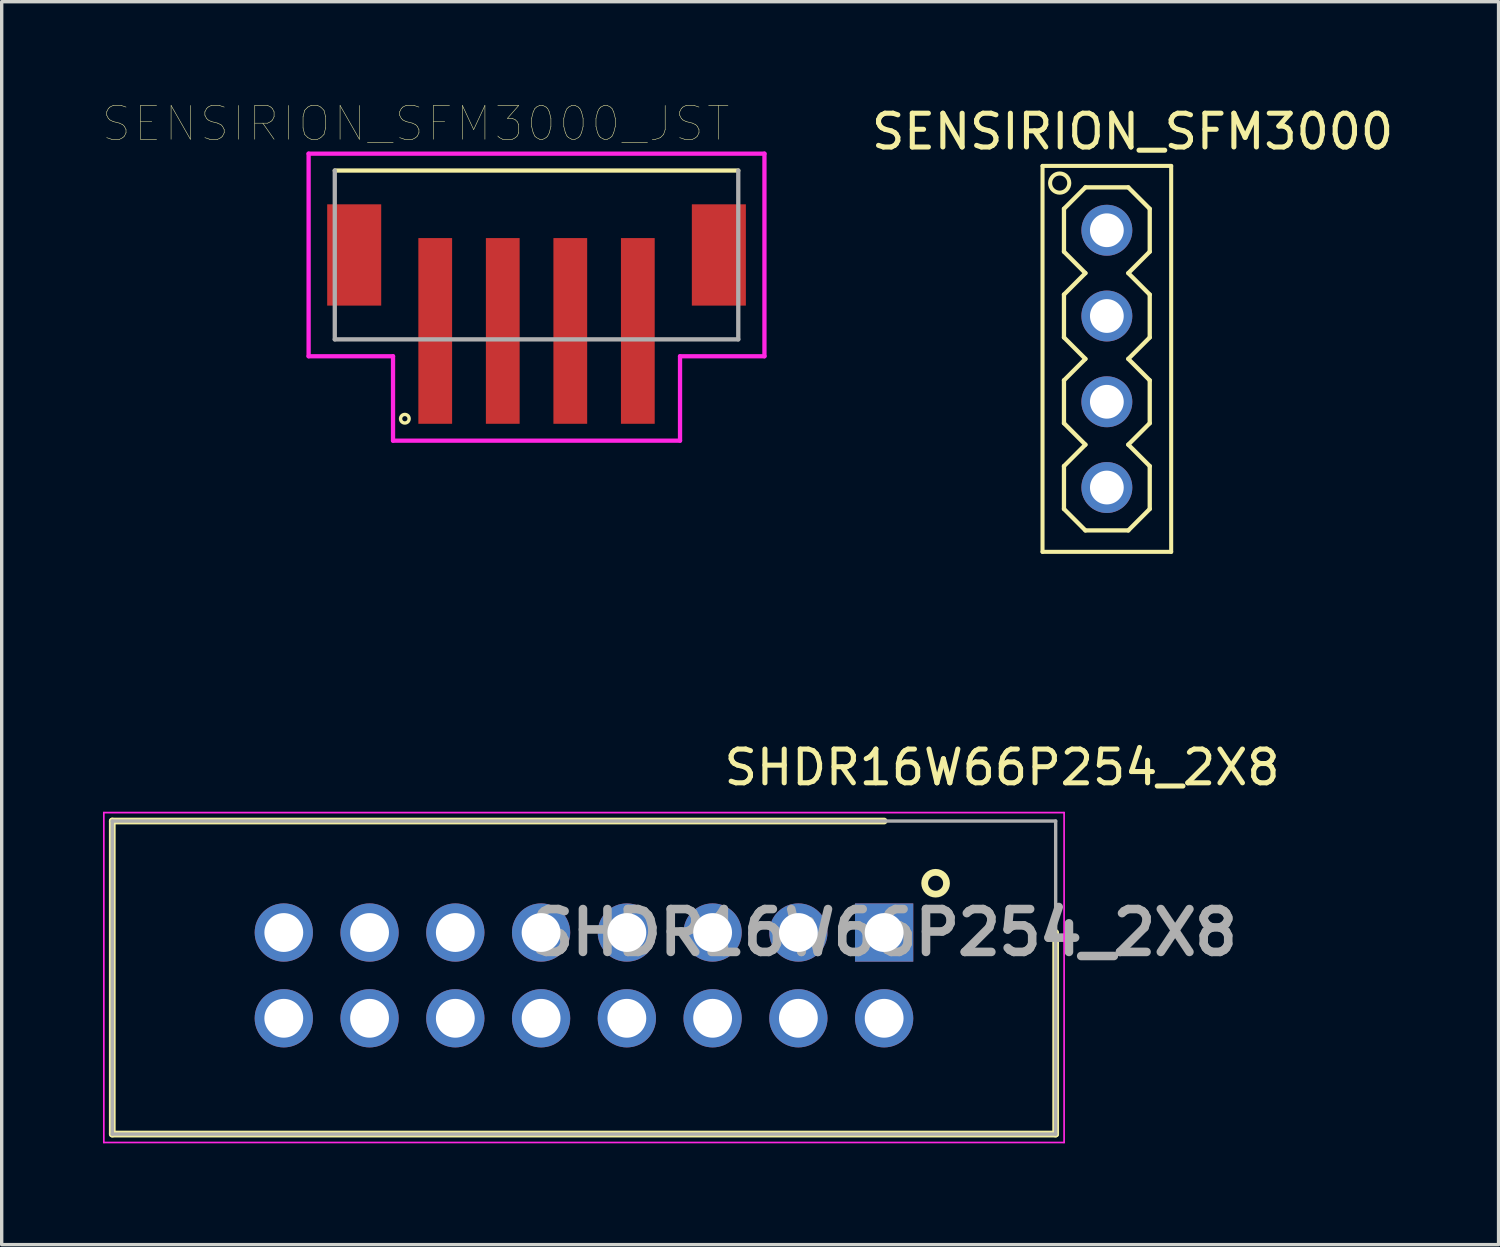
<source format=kicad_pcb>
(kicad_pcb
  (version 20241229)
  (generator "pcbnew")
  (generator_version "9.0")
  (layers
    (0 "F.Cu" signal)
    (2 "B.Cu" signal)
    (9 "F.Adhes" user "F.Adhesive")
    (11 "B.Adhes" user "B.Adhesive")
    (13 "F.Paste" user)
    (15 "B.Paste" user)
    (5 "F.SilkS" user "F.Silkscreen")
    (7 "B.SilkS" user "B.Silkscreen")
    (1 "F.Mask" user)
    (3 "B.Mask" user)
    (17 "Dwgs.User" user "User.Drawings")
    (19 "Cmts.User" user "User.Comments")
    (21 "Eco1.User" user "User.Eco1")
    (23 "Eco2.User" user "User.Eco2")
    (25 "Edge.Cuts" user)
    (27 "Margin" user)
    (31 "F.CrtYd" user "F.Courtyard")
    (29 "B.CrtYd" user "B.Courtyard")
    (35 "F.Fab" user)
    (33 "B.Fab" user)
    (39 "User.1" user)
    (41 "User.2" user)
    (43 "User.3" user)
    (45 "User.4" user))
  (footprint "SENSIRION_SFM3000"
    (layer "F.Cu")
    (at 31.001 15.58)
    (property "Reference" "SENSIRION_SFM3000" (at -0.508 -14.732 0) (layer "F.SilkS") (effects (font (size 1 1) (thickness 0.15))))
    (attr through_hole)
    (fp_line (start -3.175 -13.716) (end 0.635 -13.716) (stroke (width 0.12) (type solid)) (layer "F.SilkS"))
    (fp_line (start -3.175 -2.286) (end -3.175 -13.716) (stroke (width 0.12) (type solid)) (layer "F.SilkS"))
    (fp_line (start -2.54 -12.446) (end -2.54 -11.176) (stroke (width 0.127) (type solid)) (layer "F.SilkS"))
    (fp_line (start -2.54 -12.446) (end -1.905 -13.081) (stroke (width 0.127) (type solid)) (layer "F.SilkS"))
    (fp_line (start -2.54 -11.176) (end -1.905 -10.541) (stroke (width 0.127) (type solid)) (layer "F.SilkS"))
    (fp_line (start -2.54 -9.906) (end -2.54 -8.636) (stroke (width 0.127) (type solid)) (layer "F.SilkS"))
    (fp_line (start -2.54 -8.636) (end -1.905 -8.001) (stroke (width 0.127) (type solid)) (layer "F.SilkS"))
    (fp_line (start -2.54 -7.366) (end -2.54 -6.096) (stroke (width 0.127) (type solid)) (layer "F.SilkS"))
    (fp_line (start -2.54 -6.096) (end -1.905 -5.461) (stroke (width 0.127) (type solid)) (layer "F.SilkS"))
    (fp_line (start -2.54 -4.826) (end -2.54 -3.556) (stroke (width 0.127) (type solid)) (layer "F.SilkS"))
    (fp_line (start -2.54 -4.826) (end -1.905 -5.461) (stroke (width 0.127) (type solid)) (layer "F.SilkS"))
    (fp_line (start -2.54 -3.556) (end -1.905 -2.921) (stroke (width 0.127) (type solid)) (layer "F.SilkS"))
    (fp_line (start -1.905 -13.081) (end -0.635 -13.081) (stroke (width 0.127) (type solid)) (layer "F.SilkS"))
    (fp_line (start -1.905 -10.541) (end -2.54 -9.906) (stroke (width 0.127) (type solid)) (layer "F.SilkS"))
    (fp_line (start -1.905 -8.001) (end -2.54 -7.366) (stroke (width 0.127) (type solid)) (layer "F.SilkS"))
    (fp_line (start -1.905 -2.921) (end -0.635 -2.921) (stroke (width 0.127) (type solid)) (layer "F.SilkS"))
    (fp_line (start -0.635 -13.081) (end 0 -12.446) (stroke (width 0.127) (type solid)) (layer "F.SilkS"))
    (fp_line (start -0.635 -10.541) (end 0 -11.176) (stroke (width 0.127) (type solid)) (layer "F.SilkS"))
    (fp_line (start -0.635 -8.001) (end 0 -8.636) (stroke (width 0.127) (type solid)) (layer "F.SilkS"))
    (fp_line (start -0.635 -5.461) (end 0 -6.096) (stroke (width 0.127) (type solid)) (layer "F.SilkS"))
    (fp_line (start -0.635 -5.461) (end 0 -4.826) (stroke (width 0.127) (type solid)) (layer "F.SilkS"))
    (fp_line (start -0.635 -2.921) (end 0 -3.556) (stroke (width 0.127) (type solid)) (layer "F.SilkS"))
    (fp_line (start 0 -11.176) (end 0 -12.446) (stroke (width 0.127) (type solid)) (layer "F.SilkS"))
    (fp_line (start 0 -9.906) (end -0.635 -10.541) (stroke (width 0.127) (type solid)) (layer "F.SilkS"))
    (fp_line (start 0 -8.636) (end 0 -9.906) (stroke (width 0.127) (type solid)) (layer "F.SilkS"))
    (fp_line (start 0 -7.366) (end -0.635 -8.001) (stroke (width 0.127) (type solid)) (layer "F.SilkS"))
    (fp_line (start 0 -6.096) (end 0 -7.366) (stroke (width 0.127) (type solid)) (layer "F.SilkS"))
    (fp_line (start 0 -3.556) (end 0 -4.826) (stroke (width 0.127) (type solid)) (layer "F.SilkS"))
    (fp_line (start 0.635 -13.716) (end 0.635 -2.286) (stroke (width 0.12) (type solid)) (layer "F.SilkS"))
    (fp_line (start 0.635 -2.286) (end -3.175 -2.286) (stroke (width 0.12) (type solid)) (layer "F.SilkS"))
    (fp_circle (center -2.667 -13.208) (end -2.54 -13.462) (stroke (width 0.12) (type solid)) (fill no) (layer "F.SilkS"))
    (pad "1" thru_hole circle (at -1.27 -11.811) (size 1.508 1.508) (drill 1) (layers "*.Cu" "*.Mask"))
    (pad "2" thru_hole circle (at -1.27 -9.271) (size 1.508 1.508) (drill 1) (layers "*.Cu" "*.Mask"))
    (pad "3" thru_hole circle (at -1.27 -6.731) (size 1.508 1.508) (drill 1) (layers "*.Cu" "*.Mask"))
    (pad "4" thru_hole circle (at -1.27 -4.191) (size 1.508 1.508) (drill 1) (layers "*.Cu" "*.Mask")))
  (footprint "SENSIRION_SFM3000_JST"
    (layer "F.Cu")
    (at 12.84 6.751)
    (property "Reference" "SENSIRION_SFM3000_JST" (at -3.578 -6.139 0) (layer "F.SilkS") (effects (font (size 1.001 1.001) (thickness 0.015))))
    (attr through_hole)
    (fp_line (start 5.975 -4.75) (end -5.975 -4.75) (stroke (width 0.127) (type solid)) (layer "F.SilkS"))
    (fp_circle (center -3.9 2.6) (end -3.773 2.6) (stroke (width 0.1) (type solid)) (fill no) (layer "F.SilkS"))
    (fp_line (start -6.75 -5.25) (end -6.75 0.75) (stroke (width 0.127) (type solid)) (layer "F.CrtYd"))
    (fp_line (start -6.75 0.75) (end -4.25 0.75) (stroke (width 0.127) (type solid)) (layer "F.CrtYd"))
    (fp_line (start -4.25 0.75) (end -4.25 3.25) (stroke (width 0.127) (type solid)) (layer "F.CrtYd"))
    (fp_line (start -4.25 3.25) (end 4.25 3.25) (stroke (width 0.127) (type solid)) (layer "F.CrtYd"))
    (fp_line (start 4.25 0.75) (end 6.75 0.75) (stroke (width 0.127) (type solid)) (layer "F.CrtYd"))
    (fp_line (start 4.25 3.25) (end 4.25 0.75) (stroke (width 0.127) (type solid)) (layer "F.CrtYd"))
    (fp_line (start 6.75 -5.25) (end -6.75 -5.25) (stroke (width 0.127) (type solid)) (layer "F.CrtYd"))
    (fp_line (start 6.75 0.75) (end 6.75 -5.25) (stroke (width 0.127) (type solid)) (layer "F.CrtYd"))
    (fp_line (start -5.975 -4.75) (end -5.975 0.25) (stroke (width 0.127) (type solid)) (layer "F.Fab"))
    (fp_line (start -5.975 0.25) (end 5.975 0.25) (stroke (width 0.127) (type solid)) (layer "F.Fab"))
    (fp_line (start 5.975 0.25) (end 5.975 -4.75) (stroke (width 0.127) (type solid)) (layer "F.Fab"))
    (pad "1" smd rect (at -3 0) (size 1 5.5) (layers "F.Cu" "F.Mask" "F.Paste"))
    (pad "2" smd rect (at -1 0) (size 1 5.5) (layers "F.Cu" "F.Mask" "F.Paste"))
    (pad "3" smd rect (at 1 0) (size 1 5.5) (layers "F.Cu" "F.Mask" "F.Paste"))
    (pad "4" smd rect (at 3 0) (size 1 5.5) (layers "F.Cu" "F.Mask" "F.Paste"))
    (pad "5" smd rect (at -5.4 -2.25) (size 1.6 3) (layers "F.Cu" "F.Mask" "F.Paste"))
    (pad "6" smd rect (at 5.4 -2.25) (size 1.6 3) (layers "F.Cu" "F.Mask" "F.Paste")))
  (footprint "SHDR16W66P254_2X8"
    (layer "F.Cu")
    (at 23.135 24.568)
    (property "Reference" "SHDR16W66P254_2X8" (at 3.493 -4.889 0) (layer "F.SilkS") (effects (font (size 1 1) (thickness 0.15))))
    (attr through_hole)
    (fp_line (start -22.86 -3.302) (end -22.86 5.969) (stroke (width 0.2) (type solid)) (layer "F.SilkS"))
    (fp_line (start -22.86 5.969) (end 5.08 5.969) (stroke (width 0.2) (type solid)) (layer "F.SilkS"))
    (fp_line (start 0 -3.302) (end -22.86 -3.302) (stroke (width 0.2) (type solid)) (layer "F.SilkS"))
    (fp_line (start 5.08 5.969) (end 5.08 0) (stroke (width 0.2) (type solid)) (layer "F.SilkS"))
    (fp_circle (center 1.524 -1.46) (end 1.841 -1.397) (stroke (width 0.2) (type solid)) (fill no) (layer "F.SilkS"))
    (fp_line (start -23.11 -3.552) (end -23.11 6.219) (stroke (width 0.05) (type solid)) (layer "F.CrtYd"))
    (fp_line (start -23.11 6.219) (end 5.33 6.219) (stroke (width 0.05) (type solid)) (layer "F.CrtYd"))
    (fp_line (start 5.33 -3.552) (end -23.11 -3.552) (stroke (width 0.05) (type solid)) (layer "F.CrtYd"))
    (fp_line (start 5.33 6.219) (end 5.33 -3.552) (stroke (width 0.05) (type solid)) (layer "F.CrtYd"))
    (fp_line (start -22.86 -3.302) (end -22.86 5.969) (stroke (width 0.1) (type solid)) (layer "F.Fab"))
    (fp_line (start -22.86 5.969) (end 5.08 5.969) (stroke (width 0.1) (type solid)) (layer "F.Fab"))
    (fp_line (start 5.08 -3.302) (end -22.86 -3.302) (stroke (width 0.1) (type solid)) (layer "F.Fab"))
    (fp_line (start 5.08 5.969) (end 5.08 -3.302) (stroke (width 0.1) (type solid)) (layer "F.Fab"))
    (fp_text user "${REFERENCE}" (at 0 0 0) (layer "F.Fab") (effects (font (size 1.27 1.27) (thickness 0.254))))
    (pad "1" thru_hole rect (at 0 0) (size 1.725 1.725) (drill 1.15) (layers "*.Cu" "*.Mask"))
    (pad "2" thru_hole circle (at 0 2.54) (size 1.725 1.725) (drill 1.15) (layers "*.Cu" "*.Mask"))
    (pad "3" thru_hole circle (at -2.54 0) (size 1.725 1.725) (drill 1.15) (layers "*.Cu" "*.Mask"))
    (pad "4" thru_hole circle (at -2.54 2.54) (size 1.725 1.725) (drill 1.15) (layers "*.Cu" "*.Mask"))
    (pad "5" thru_hole circle (at -5.08 0) (size 1.725 1.725) (drill 1.15) (layers "*.Cu" "*.Mask"))
    (pad "6" thru_hole circle (at -5.08 2.54) (size 1.725 1.725) (drill 1.15) (layers "*.Cu" "*.Mask"))
    (pad "7" thru_hole circle (at -7.62 0) (size 1.725 1.725) (drill 1.15) (layers "*.Cu" "*.Mask"))
    (pad "8" thru_hole circle (at -7.62 2.54) (size 1.725 1.725) (drill 1.15) (layers "*.Cu" "*.Mask"))
    (pad "9" thru_hole circle (at -10.16 0) (size 1.725 1.725) (drill 1.15) (layers "*.Cu" "*.Mask"))
    (pad "10" thru_hole circle (at -10.16 2.54) (size 1.725 1.725) (drill 1.15) (layers "*.Cu" "*.Mask"))
    (pad "11" thru_hole circle (at -12.7 0) (size 1.725 1.725) (drill 1.15) (layers "*.Cu" "*.Mask"))
    (pad "12" thru_hole circle (at -12.7 2.54) (size 1.725 1.725) (drill 1.15) (layers "*.Cu" "*.Mask"))
    (pad "13" thru_hole circle (at -15.24 0) (size 1.725 1.725) (drill 1.15) (layers "*.Cu" "*.Mask"))
    (pad "14" thru_hole circle (at -15.24 2.54) (size 1.725 1.725) (drill 1.15) (layers "*.Cu" "*.Mask"))
    (pad "15" thru_hole circle (at -17.78 0) (size 1.725 1.725) (drill 1.15) (layers "*.Cu" "*.Mask"))
    (pad "16" thru_hole circle (at -17.78 2.54) (size 1.725 1.725) (drill 1.15) (layers "*.Cu" "*.Mask")))
  (gr_rect
    (start -3 -3)
    (end 41.332 33.812)
    (stroke (width 0.1) (type default))
    (fill no)
    (layer "Edge.Cuts")))
</source>
